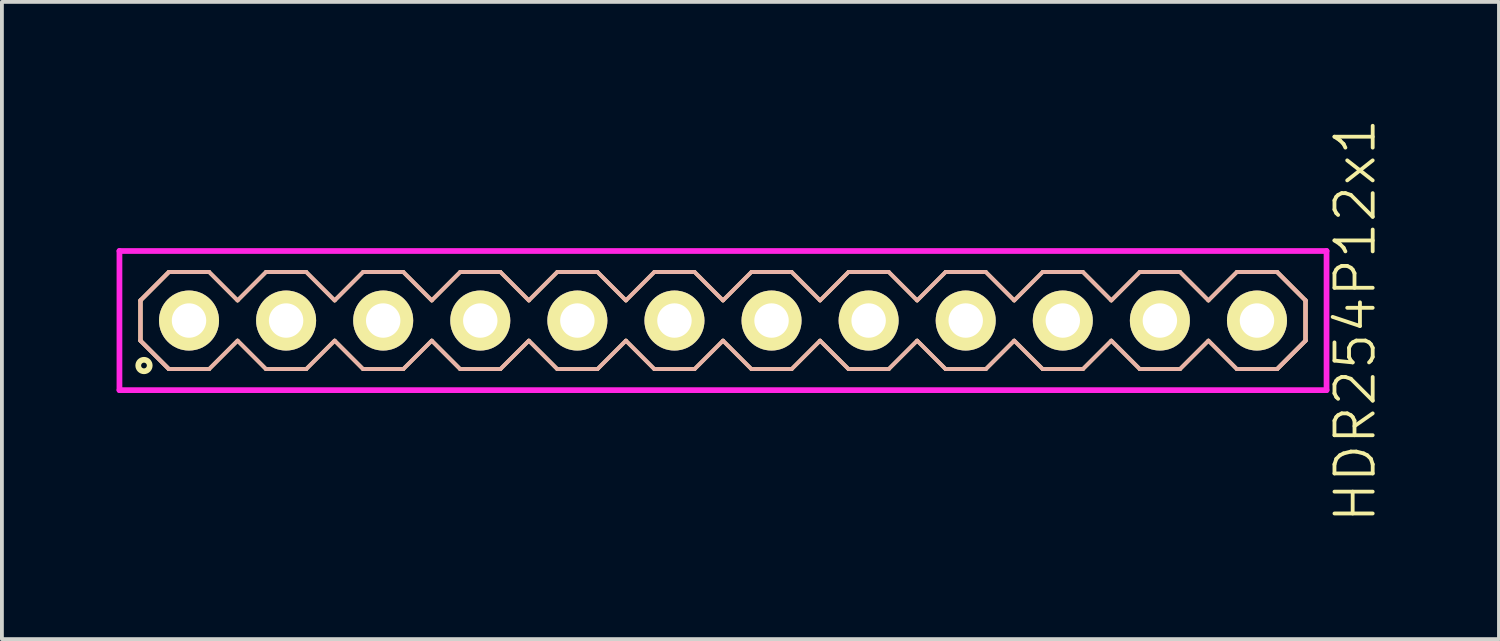
<source format=kicad_pcb>
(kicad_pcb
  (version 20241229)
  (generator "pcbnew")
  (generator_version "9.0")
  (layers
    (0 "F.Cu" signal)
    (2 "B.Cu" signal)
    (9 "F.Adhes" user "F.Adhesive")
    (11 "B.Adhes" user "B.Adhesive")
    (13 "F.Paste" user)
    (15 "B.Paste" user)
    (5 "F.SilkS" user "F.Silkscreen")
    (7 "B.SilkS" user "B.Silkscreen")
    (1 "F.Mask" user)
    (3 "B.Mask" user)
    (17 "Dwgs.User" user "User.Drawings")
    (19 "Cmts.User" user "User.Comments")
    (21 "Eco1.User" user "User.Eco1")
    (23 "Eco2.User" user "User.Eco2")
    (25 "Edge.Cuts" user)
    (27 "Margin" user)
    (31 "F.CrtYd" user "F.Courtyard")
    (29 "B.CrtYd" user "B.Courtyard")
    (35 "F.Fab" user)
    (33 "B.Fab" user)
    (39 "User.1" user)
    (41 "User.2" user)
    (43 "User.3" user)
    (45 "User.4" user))
  (footprint "HDR254P12x1"
    (layer "F.Cu")
    (at 15.865 5.336)
    (property "Reference" "HDR254P12x1" (at 16.54 0 90) (layer "F.SilkS") (effects (font (size 1 1) (thickness 0.1))))
    (attr through_hole)
    (fp_line (start -15.24 -0.526) (end -14.496 -1.27) (stroke (width 0.1) (type solid)) (layer "F.SilkS"))
    (fp_line (start -15.24 -0.526) (end -14.496 -1.27) (stroke (width 0.1) (type solid)) (layer "F.SilkS"))
    (fp_line (start -15.24 0.526) (end -15.24 -0.526) (stroke (width 0.1) (type solid)) (layer "F.SilkS"))
    (fp_line (start -15.24 0.526) (end -15.24 -0.526) (stroke (width 0.1) (type solid)) (layer "F.SilkS"))
    (fp_line (start -14.496 -1.27) (end -13.444 -1.27) (stroke (width 0.1) (type solid)) (layer "F.SilkS"))
    (fp_line (start -14.496 1.27) (end -15.24 0.526) (stroke (width 0.1) (type solid)) (layer "F.SilkS"))
    (fp_line (start -14.496 1.27) (end -15.24 0.526) (stroke (width 0.1) (type solid)) (layer "F.SilkS"))
    (fp_line (start -13.444 -1.27) (end -12.7 -0.526) (stroke (width 0.1) (type solid)) (layer "F.SilkS"))
    (fp_line (start -13.444 1.27) (end -14.496 1.27) (stroke (width 0.1) (type solid)) (layer "F.SilkS"))
    (fp_line (start -12.7 -0.526) (end -11.956 -1.27) (stroke (width 0.1) (type solid)) (layer "F.SilkS"))
    (fp_line (start -12.7 0.526) (end -13.444 1.27) (stroke (width 0.1) (type solid)) (layer "F.SilkS"))
    (fp_line (start -11.956 -1.27) (end -10.904 -1.27) (stroke (width 0.1) (type solid)) (layer "F.SilkS"))
    (fp_line (start -11.956 1.27) (end -12.7 0.526) (stroke (width 0.1) (type solid)) (layer "F.SilkS"))
    (fp_line (start -10.904 -1.27) (end -10.16 -0.526) (stroke (width 0.1) (type solid)) (layer "F.SilkS"))
    (fp_line (start -10.904 1.27) (end -11.956 1.27) (stroke (width 0.1) (type solid)) (layer "F.SilkS"))
    (fp_line (start -10.16 -0.526) (end -9.416 -1.27) (stroke (width 0.1) (type solid)) (layer "F.SilkS"))
    (fp_line (start -10.16 0.526) (end -10.904 1.27) (stroke (width 0.1) (type solid)) (layer "F.SilkS"))
    (fp_line (start -9.416 -1.27) (end -8.364 -1.27) (stroke (width 0.1) (type solid)) (layer "F.SilkS"))
    (fp_line (start -9.416 1.27) (end -10.16 0.526) (stroke (width 0.1) (type solid)) (layer "F.SilkS"))
    (fp_line (start -8.364 -1.27) (end -7.62 -0.526) (stroke (width 0.1) (type solid)) (layer "F.SilkS"))
    (fp_line (start -8.364 1.27) (end -9.416 1.27) (stroke (width 0.1) (type solid)) (layer "F.SilkS"))
    (fp_line (start -7.62 -0.526) (end -6.876 -1.27) (stroke (width 0.1) (type solid)) (layer "F.SilkS"))
    (fp_line (start -7.62 0.526) (end -8.364 1.27) (stroke (width 0.1) (type solid)) (layer "F.SilkS"))
    (fp_line (start -6.876 -1.27) (end -5.824 -1.27) (stroke (width 0.1) (type solid)) (layer "F.SilkS"))
    (fp_line (start -6.876 1.27) (end -7.62 0.526) (stroke (width 0.1) (type solid)) (layer "F.SilkS"))
    (fp_line (start -5.824 -1.27) (end -5.08 -0.526) (stroke (width 0.1) (type solid)) (layer "F.SilkS"))
    (fp_line (start -5.824 1.27) (end -6.876 1.27) (stroke (width 0.1) (type solid)) (layer "F.SilkS"))
    (fp_line (start -5.08 -0.526) (end -4.336 -1.27) (stroke (width 0.1) (type solid)) (layer "F.SilkS"))
    (fp_line (start -5.08 0.526) (end -5.824 1.27) (stroke (width 0.1) (type solid)) (layer "F.SilkS"))
    (fp_line (start -4.336 -1.27) (end -3.284 -1.27) (stroke (width 0.1) (type solid)) (layer "F.SilkS"))
    (fp_line (start -4.336 1.27) (end -5.08 0.526) (stroke (width 0.1) (type solid)) (layer "F.SilkS"))
    (fp_line (start -3.284 -1.27) (end -2.54 -0.526) (stroke (width 0.1) (type solid)) (layer "F.SilkS"))
    (fp_line (start -3.284 1.27) (end -4.336 1.27) (stroke (width 0.1) (type solid)) (layer "F.SilkS"))
    (fp_line (start -2.54 -0.526) (end -1.796 -1.27) (stroke (width 0.1) (type solid)) (layer "F.SilkS"))
    (fp_line (start -2.54 0.526) (end -3.284 1.27) (stroke (width 0.1) (type solid)) (layer "F.SilkS"))
    (fp_line (start -1.796 -1.27) (end -0.744 -1.27) (stroke (width 0.1) (type solid)) (layer "F.SilkS"))
    (fp_line (start -1.796 1.27) (end -2.54 0.526) (stroke (width 0.1) (type solid)) (layer "F.SilkS"))
    (fp_line (start -0.744 -1.27) (end 0 -0.526) (stroke (width 0.1) (type solid)) (layer "F.SilkS"))
    (fp_line (start -0.744 1.27) (end -1.796 1.27) (stroke (width 0.1) (type solid)) (layer "F.SilkS"))
    (fp_line (start 0 -0.526) (end 0.744 -1.27) (stroke (width 0.1) (type solid)) (layer "F.SilkS"))
    (fp_line (start 0 0.526) (end -0.744 1.27) (stroke (width 0.1) (type solid)) (layer "F.SilkS"))
    (fp_line (start 0.744 -1.27) (end 1.796 -1.27) (stroke (width 0.1) (type solid)) (layer "F.SilkS"))
    (fp_line (start 0.744 1.27) (end 0 0.526) (stroke (width 0.1) (type solid)) (layer "F.SilkS"))
    (fp_line (start 1.796 -1.27) (end 2.54 -0.526) (stroke (width 0.1) (type solid)) (layer "F.SilkS"))
    (fp_line (start 1.796 1.27) (end 0.744 1.27) (stroke (width 0.1) (type solid)) (layer "F.SilkS"))
    (fp_line (start 2.54 -0.526) (end 3.284 -1.27) (stroke (width 0.1) (type solid)) (layer "F.SilkS"))
    (fp_line (start 2.54 0.526) (end 1.796 1.27) (stroke (width 0.1) (type solid)) (layer "F.SilkS"))
    (fp_line (start 3.284 -1.27) (end 4.336 -1.27) (stroke (width 0.1) (type solid)) (layer "F.SilkS"))
    (fp_line (start 3.284 1.27) (end 2.54 0.526) (stroke (width 0.1) (type solid)) (layer "F.SilkS"))
    (fp_line (start 4.336 -1.27) (end 5.08 -0.526) (stroke (width 0.1) (type solid)) (layer "F.SilkS"))
    (fp_line (start 4.336 1.27) (end 3.284 1.27) (stroke (width 0.1) (type solid)) (layer "F.SilkS"))
    (fp_line (start 5.08 -0.526) (end 5.824 -1.27) (stroke (width 0.1) (type solid)) (layer "F.SilkS"))
    (fp_line (start 5.08 0.526) (end 4.336 1.27) (stroke (width 0.1) (type solid)) (layer "F.SilkS"))
    (fp_line (start 5.824 -1.27) (end 6.876 -1.27) (stroke (width 0.1) (type solid)) (layer "F.SilkS"))
    (fp_line (start 5.824 1.27) (end 5.08 0.526) (stroke (width 0.1) (type solid)) (layer "F.SilkS"))
    (fp_line (start 6.876 -1.27) (end 7.62 -0.526) (stroke (width 0.1) (type solid)) (layer "F.SilkS"))
    (fp_line (start 6.876 1.27) (end 5.824 1.27) (stroke (width 0.1) (type solid)) (layer "F.SilkS"))
    (fp_line (start 7.62 -0.526) (end 8.364 -1.27) (stroke (width 0.1) (type solid)) (layer "F.SilkS"))
    (fp_line (start 7.62 0.526) (end 6.876 1.27) (stroke (width 0.1) (type solid)) (layer "F.SilkS"))
    (fp_line (start 8.364 -1.27) (end 9.416 -1.27) (stroke (width 0.1) (type solid)) (layer "F.SilkS"))
    (fp_line (start 8.364 1.27) (end 7.62 0.526) (stroke (width 0.1) (type solid)) (layer "F.SilkS"))
    (fp_line (start 9.416 -1.27) (end 10.16 -0.526) (stroke (width 0.1) (type solid)) (layer "F.SilkS"))
    (fp_line (start 9.416 1.27) (end 8.364 1.27) (stroke (width 0.1) (type solid)) (layer "F.SilkS"))
    (fp_line (start 10.16 -0.526) (end 10.904 -1.27) (stroke (width 0.1) (type solid)) (layer "F.SilkS"))
    (fp_line (start 10.16 0.526) (end 9.416 1.27) (stroke (width 0.1) (type solid)) (layer "F.SilkS"))
    (fp_line (start 10.904 -1.27) (end 11.956 -1.27) (stroke (width 0.1) (type solid)) (layer "F.SilkS"))
    (fp_line (start 10.904 1.27) (end 10.16 0.526) (stroke (width 0.1) (type solid)) (layer "F.SilkS"))
    (fp_line (start 11.956 -1.27) (end 12.7 -0.526) (stroke (width 0.1) (type solid)) (layer "F.SilkS"))
    (fp_line (start 11.956 1.27) (end 10.904 1.27) (stroke (width 0.1) (type solid)) (layer "F.SilkS"))
    (fp_line (start 12.7 -0.526) (end 13.444 -1.27) (stroke (width 0.1) (type solid)) (layer "F.SilkS"))
    (fp_line (start 12.7 0.526) (end 11.956 1.27) (stroke (width 0.1) (type solid)) (layer "F.SilkS"))
    (fp_line (start 13.444 -1.27) (end 14.496 -1.27) (stroke (width 0.1) (type solid)) (layer "F.SilkS"))
    (fp_line (start 13.444 1.27) (end 12.7 0.526) (stroke (width 0.1) (type solid)) (layer "F.SilkS"))
    (fp_line (start 14.496 -1.27) (end 15.24 -0.526) (stroke (width 0.1) (type solid)) (layer "F.SilkS"))
    (fp_line (start 14.496 -1.27) (end 15.24 -0.526) (stroke (width 0.1) (type solid)) (layer "F.SilkS"))
    (fp_line (start 14.496 1.27) (end 13.444 1.27) (stroke (width 0.1) (type solid)) (layer "F.SilkS"))
    (fp_line (start 15.24 -0.526) (end 15.24 0.526) (stroke (width 0.1) (type solid)) (layer "F.SilkS"))
    (fp_line (start 15.24 -0.526) (end 15.24 0.526) (stroke (width 0.1) (type solid)) (layer "F.SilkS"))
    (fp_line (start 15.24 0.526) (end 14.496 1.27) (stroke (width 0.1) (type solid)) (layer "F.SilkS"))
    (fp_line (start 15.24 0.526) (end 14.496 1.27) (stroke (width 0.1) (type solid)) (layer "F.SilkS"))
    (fp_circle (center -15.148 1.177) (end -14.998 1.177) (stroke (width 0.15) (type solid)) (fill no) (layer "F.SilkS"))
    (fp_line (start -15.24 -0.526) (end -14.496 -1.27) (stroke (width 0.1) (type solid)) (layer "B.SilkS"))
    (fp_line (start -15.24 -0.526) (end -14.496 -1.27) (stroke (width 0.1) (type solid)) (layer "B.SilkS"))
    (fp_line (start -15.24 0.526) (end -15.24 -0.526) (stroke (width 0.1) (type solid)) (layer "B.SilkS"))
    (fp_line (start -15.24 0.526) (end -15.24 -0.526) (stroke (width 0.1) (type solid)) (layer "B.SilkS"))
    (fp_line (start -14.496 -1.27) (end -13.444 -1.27) (stroke (width 0.1) (type solid)) (layer "B.SilkS"))
    (fp_line (start -14.496 1.27) (end -15.24 0.526) (stroke (width 0.1) (type solid)) (layer "B.SilkS"))
    (fp_line (start -14.496 1.27) (end -15.24 0.526) (stroke (width 0.1) (type solid)) (layer "B.SilkS"))
    (fp_line (start -13.444 -1.27) (end -12.7 -0.526) (stroke (width 0.1) (type solid)) (layer "B.SilkS"))
    (fp_line (start -13.444 1.27) (end -14.496 1.27) (stroke (width 0.1) (type solid)) (layer "B.SilkS"))
    (fp_line (start -12.7 -0.526) (end -11.956 -1.27) (stroke (width 0.1) (type solid)) (layer "B.SilkS"))
    (fp_line (start -12.7 0.526) (end -13.444 1.27) (stroke (width 0.1) (type solid)) (layer "B.SilkS"))
    (fp_line (start -11.956 -1.27) (end -10.904 -1.27) (stroke (width 0.1) (type solid)) (layer "B.SilkS"))
    (fp_line (start -11.956 1.27) (end -12.7 0.526) (stroke (width 0.1) (type solid)) (layer "B.SilkS"))
    (fp_line (start -10.904 -1.27) (end -10.16 -0.526) (stroke (width 0.1) (type solid)) (layer "B.SilkS"))
    (fp_line (start -10.904 1.27) (end -11.956 1.27) (stroke (width 0.1) (type solid)) (layer "B.SilkS"))
    (fp_line (start -10.16 -0.526) (end -9.416 -1.27) (stroke (width 0.1) (type solid)) (layer "B.SilkS"))
    (fp_line (start -10.16 0.526) (end -10.904 1.27) (stroke (width 0.1) (type solid)) (layer "B.SilkS"))
    (fp_line (start -9.416 -1.27) (end -8.364 -1.27) (stroke (width 0.1) (type solid)) (layer "B.SilkS"))
    (fp_line (start -9.416 1.27) (end -10.16 0.526) (stroke (width 0.1) (type solid)) (layer "B.SilkS"))
    (fp_line (start -8.364 -1.27) (end -7.62 -0.526) (stroke (width 0.1) (type solid)) (layer "B.SilkS"))
    (fp_line (start -8.364 1.27) (end -9.416 1.27) (stroke (width 0.1) (type solid)) (layer "B.SilkS"))
    (fp_line (start -7.62 -0.526) (end -6.876 -1.27) (stroke (width 0.1) (type solid)) (layer "B.SilkS"))
    (fp_line (start -7.62 0.526) (end -8.364 1.27) (stroke (width 0.1) (type solid)) (layer "B.SilkS"))
    (fp_line (start -6.876 -1.27) (end -5.824 -1.27) (stroke (width 0.1) (type solid)) (layer "B.SilkS"))
    (fp_line (start -6.876 1.27) (end -7.62 0.526) (stroke (width 0.1) (type solid)) (layer "B.SilkS"))
    (fp_line (start -5.824 -1.27) (end -5.08 -0.526) (stroke (width 0.1) (type solid)) (layer "B.SilkS"))
    (fp_line (start -5.824 1.27) (end -6.876 1.27) (stroke (width 0.1) (type solid)) (layer "B.SilkS"))
    (fp_line (start -5.08 -0.526) (end -4.336 -1.27) (stroke (width 0.1) (type solid)) (layer "B.SilkS"))
    (fp_line (start -5.08 0.526) (end -5.824 1.27) (stroke (width 0.1) (type solid)) (layer "B.SilkS"))
    (fp_line (start -4.336 -1.27) (end -3.284 -1.27) (stroke (width 0.1) (type solid)) (layer "B.SilkS"))
    (fp_line (start -4.336 1.27) (end -5.08 0.526) (stroke (width 0.1) (type solid)) (layer "B.SilkS"))
    (fp_line (start -3.284 -1.27) (end -2.54 -0.526) (stroke (width 0.1) (type solid)) (layer "B.SilkS"))
    (fp_line (start -3.284 1.27) (end -4.336 1.27) (stroke (width 0.1) (type solid)) (layer "B.SilkS"))
    (fp_line (start -2.54 -0.526) (end -1.796 -1.27) (stroke (width 0.1) (type solid)) (layer "B.SilkS"))
    (fp_line (start -2.54 0.526) (end -3.284 1.27) (stroke (width 0.1) (type solid)) (layer "B.SilkS"))
    (fp_line (start -1.796 -1.27) (end -0.744 -1.27) (stroke (width 0.1) (type solid)) (layer "B.SilkS"))
    (fp_line (start -1.796 1.27) (end -2.54 0.526) (stroke (width 0.1) (type solid)) (layer "B.SilkS"))
    (fp_line (start -0.744 -1.27) (end 0 -0.526) (stroke (width 0.1) (type solid)) (layer "B.SilkS"))
    (fp_line (start -0.744 1.27) (end -1.796 1.27) (stroke (width 0.1) (type solid)) (layer "B.SilkS"))
    (fp_line (start 0 -0.526) (end 0.744 -1.27) (stroke (width 0.1) (type solid)) (layer "B.SilkS"))
    (fp_line (start 0 0.526) (end -0.744 1.27) (stroke (width 0.1) (type solid)) (layer "B.SilkS"))
    (fp_line (start 0.744 -1.27) (end 1.796 -1.27) (stroke (width 0.1) (type solid)) (layer "B.SilkS"))
    (fp_line (start 0.744 1.27) (end 0 0.526) (stroke (width 0.1) (type solid)) (layer "B.SilkS"))
    (fp_line (start 1.796 -1.27) (end 2.54 -0.526) (stroke (width 0.1) (type solid)) (layer "B.SilkS"))
    (fp_line (start 1.796 1.27) (end 0.744 1.27) (stroke (width 0.1) (type solid)) (layer "B.SilkS"))
    (fp_line (start 2.54 -0.526) (end 3.284 -1.27) (stroke (width 0.1) (type solid)) (layer "B.SilkS"))
    (fp_line (start 2.54 0.526) (end 1.796 1.27) (stroke (width 0.1) (type solid)) (layer "B.SilkS"))
    (fp_line (start 3.284 -1.27) (end 4.336 -1.27) (stroke (width 0.1) (type solid)) (layer "B.SilkS"))
    (fp_line (start 3.284 1.27) (end 2.54 0.526) (stroke (width 0.1) (type solid)) (layer "B.SilkS"))
    (fp_line (start 4.336 -1.27) (end 5.08 -0.526) (stroke (width 0.1) (type solid)) (layer "B.SilkS"))
    (fp_line (start 4.336 1.27) (end 3.284 1.27) (stroke (width 0.1) (type solid)) (layer "B.SilkS"))
    (fp_line (start 5.08 -0.526) (end 5.824 -1.27) (stroke (width 0.1) (type solid)) (layer "B.SilkS"))
    (fp_line (start 5.08 0.526) (end 4.336 1.27) (stroke (width 0.1) (type solid)) (layer "B.SilkS"))
    (fp_line (start 5.824 -1.27) (end 6.876 -1.27) (stroke (width 0.1) (type solid)) (layer "B.SilkS"))
    (fp_line (start 5.824 1.27) (end 5.08 0.526) (stroke (width 0.1) (type solid)) (layer "B.SilkS"))
    (fp_line (start 6.876 -1.27) (end 7.62 -0.526) (stroke (width 0.1) (type solid)) (layer "B.SilkS"))
    (fp_line (start 6.876 1.27) (end 5.824 1.27) (stroke (width 0.1) (type solid)) (layer "B.SilkS"))
    (fp_line (start 7.62 -0.526) (end 8.364 -1.27) (stroke (width 0.1) (type solid)) (layer "B.SilkS"))
    (fp_line (start 7.62 0.526) (end 6.876 1.27) (stroke (width 0.1) (type solid)) (layer "B.SilkS"))
    (fp_line (start 8.364 -1.27) (end 9.416 -1.27) (stroke (width 0.1) (type solid)) (layer "B.SilkS"))
    (fp_line (start 8.364 1.27) (end 7.62 0.526) (stroke (width 0.1) (type solid)) (layer "B.SilkS"))
    (fp_line (start 9.416 -1.27) (end 10.16 -0.526) (stroke (width 0.1) (type solid)) (layer "B.SilkS"))
    (fp_line (start 9.416 1.27) (end 8.364 1.27) (stroke (width 0.1) (type solid)) (layer "B.SilkS"))
    (fp_line (start 10.16 -0.526) (end 10.904 -1.27) (stroke (width 0.1) (type solid)) (layer "B.SilkS"))
    (fp_line (start 10.16 0.526) (end 9.416 1.27) (stroke (width 0.1) (type solid)) (layer "B.SilkS"))
    (fp_line (start 10.904 -1.27) (end 11.956 -1.27) (stroke (width 0.1) (type solid)) (layer "B.SilkS"))
    (fp_line (start 10.904 1.27) (end 10.16 0.526) (stroke (width 0.1) (type solid)) (layer "B.SilkS"))
    (fp_line (start 11.956 -1.27) (end 12.7 -0.526) (stroke (width 0.1) (type solid)) (layer "B.SilkS"))
    (fp_line (start 11.956 1.27) (end 10.904 1.27) (stroke (width 0.1) (type solid)) (layer "B.SilkS"))
    (fp_line (start 12.7 -0.526) (end 13.444 -1.27) (stroke (width 0.1) (type solid)) (layer "B.SilkS"))
    (fp_line (start 12.7 0.526) (end 11.956 1.27) (stroke (width 0.1) (type solid)) (layer "B.SilkS"))
    (fp_line (start 13.444 -1.27) (end 14.496 -1.27) (stroke (width 0.1) (type solid)) (layer "B.SilkS"))
    (fp_line (start 13.444 1.27) (end 12.7 0.526) (stroke (width 0.1) (type solid)) (layer "B.SilkS"))
    (fp_line (start 14.496 -1.27) (end 15.24 -0.526) (stroke (width 0.1) (type solid)) (layer "B.SilkS"))
    (fp_line (start 14.496 -1.27) (end 15.24 -0.526) (stroke (width 0.1) (type solid)) (layer "B.SilkS"))
    (fp_line (start 14.496 1.27) (end 13.444 1.27) (stroke (width 0.1) (type solid)) (layer "B.SilkS"))
    (fp_line (start 15.24 -0.526) (end 15.24 0.526) (stroke (width 0.1) (type solid)) (layer "B.SilkS"))
    (fp_line (start 15.24 -0.526) (end 15.24 0.526) (stroke (width 0.1) (type solid)) (layer "B.SilkS"))
    (fp_line (start 15.24 0.526) (end 14.496 1.27) (stroke (width 0.1) (type solid)) (layer "B.SilkS"))
    (fp_line (start 15.24 0.526) (end 14.496 1.27) (stroke (width 0.1) (type solid)) (layer "B.SilkS"))
    (fp_line (start -15.79 -1.82) (end -15.79 1.82) (stroke (width 0.15) (type solid)) (layer "F.CrtYd"))
    (fp_line (start -15.79 1.82) (end 15.79 1.82) (stroke (width 0.15) (type solid)) (layer "F.CrtYd"))
    (fp_line (start 15.79 -1.82) (end -15.79 -1.82) (stroke (width 0.15) (type solid)) (layer "F.CrtYd"))
    (fp_line (start 15.79 1.82) (end 15.79 -1.82) (stroke (width 0.15) (type solid)) (layer "F.CrtYd"))
    (pad "1" thru_hole oval (at -13.97 0) (size 1.57 1.57) (drill 0.9) (layers "*.Cu" "*.Mask" "F.SilkS"))
    (pad "2" thru_hole oval (at -11.43 0) (size 1.57 1.57) (drill 0.9) (layers "*.Cu" "*.Mask" "F.SilkS"))
    (pad "3" thru_hole oval (at -8.89 0) (size 1.57 1.57) (drill 0.9) (layers "*.Cu" "*.Mask" "F.SilkS"))
    (pad "4" thru_hole oval (at -6.35 0) (size 1.57 1.57) (drill 0.9) (layers "*.Cu" "*.Mask" "F.SilkS"))
    (pad "5" thru_hole oval (at -3.81 0) (size 1.57 1.57) (drill 0.9) (layers "*.Cu" "*.Mask" "F.SilkS"))
    (pad "6" thru_hole oval (at -1.27 0) (size 1.57 1.57) (drill 0.9) (layers "*.Cu" "*.Mask" "F.SilkS"))
    (pad "7" thru_hole oval (at 1.27 0) (size 1.57 1.57) (drill 0.9) (layers "*.Cu" "*.Mask" "F.SilkS"))
    (pad "8" thru_hole oval (at 3.81 0) (size 1.57 1.57) (drill 0.9) (layers "*.Cu" "*.Mask" "F.SilkS"))
    (pad "9" thru_hole oval (at 6.35 0) (size 1.57 1.57) (drill 0.9) (layers "*.Cu" "*.Mask" "F.SilkS"))
    (pad "10" thru_hole oval (at 8.89 0) (size 1.57 1.57) (drill 0.9) (layers "*.Cu" "*.Mask" "F.SilkS"))
    (pad "11" thru_hole oval (at 11.43 0) (size 1.57 1.57) (drill 0.9) (layers "*.Cu" "*.Mask" "F.SilkS"))
    (pad "12" thru_hole oval (at 13.97 0) (size 1.57 1.57) (drill 0.9) (layers "*.Cu" "*.Mask" "F.SilkS")))
  (gr_rect
    (start -3 -3)
    (end 36.166 13.671)
    (stroke (width 0.1) (type default))
    (fill no)
    (layer "Edge.Cuts")))
</source>
